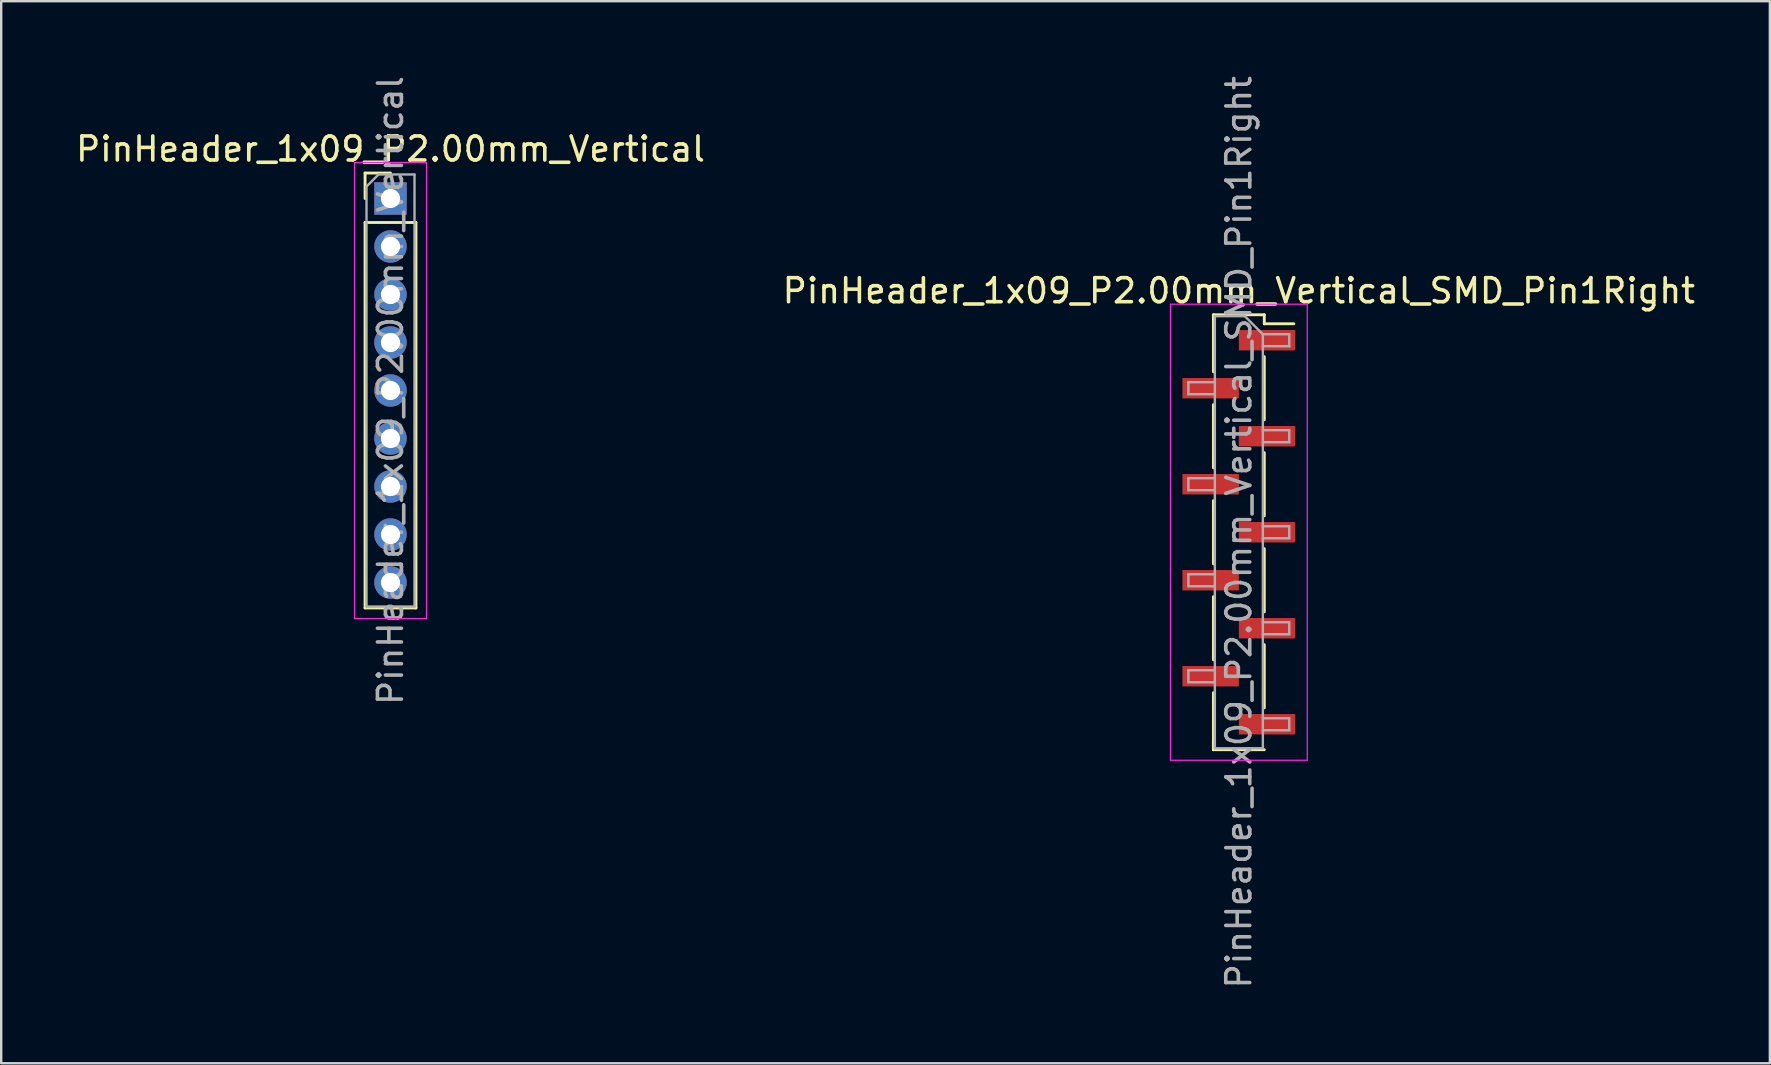
<source format=kicad_pcb>
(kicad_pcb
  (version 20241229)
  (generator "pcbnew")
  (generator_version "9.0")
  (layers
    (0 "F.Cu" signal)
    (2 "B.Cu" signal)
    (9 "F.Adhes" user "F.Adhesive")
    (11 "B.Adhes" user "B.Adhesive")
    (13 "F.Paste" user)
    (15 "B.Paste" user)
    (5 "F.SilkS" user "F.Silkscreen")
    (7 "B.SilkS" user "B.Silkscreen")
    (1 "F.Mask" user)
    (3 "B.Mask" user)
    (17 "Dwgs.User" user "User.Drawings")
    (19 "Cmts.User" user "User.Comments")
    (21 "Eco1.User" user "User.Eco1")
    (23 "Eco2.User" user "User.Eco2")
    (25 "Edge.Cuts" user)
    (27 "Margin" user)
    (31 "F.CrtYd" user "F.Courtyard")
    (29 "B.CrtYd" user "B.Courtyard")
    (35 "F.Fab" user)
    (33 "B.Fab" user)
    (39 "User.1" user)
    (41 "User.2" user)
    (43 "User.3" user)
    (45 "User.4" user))
  (footprint "PinHeader_1x09_P2.00mm_Vertical_SMD_Pin1Right"
    (layer "F.Cu")
    (at 48.565 19.125)
    (property "Reference" "PinHeader_1x09_P2.00mm_Vertical_SMD_Pin1Right" (at 0 -10.06 0) (layer "F.SilkS") (effects (font (size 1 1) (thickness 0.15))))
    (attr smd)
    (fp_line (start -1.06 -9.06) (end -1.06 -6.685) (stroke (width 0.12) (type solid)) (layer "F.SilkS"))
    (fp_line (start -1.06 -9.06) (end 1.06 -9.06) (stroke (width 0.12) (type solid)) (layer "F.SilkS"))
    (fp_line (start -1.06 -5.315) (end -1.06 -2.685) (stroke (width 0.12) (type solid)) (layer "F.SilkS"))
    (fp_line (start -1.06 -1.315) (end -1.06 1.315) (stroke (width 0.12) (type solid)) (layer "F.SilkS"))
    (fp_line (start -1.06 2.685) (end -1.06 5.315) (stroke (width 0.12) (type solid)) (layer "F.SilkS"))
    (fp_line (start -1.06 6.685) (end -1.06 9.06) (stroke (width 0.12) (type solid)) (layer "F.SilkS"))
    (fp_line (start -1.06 8.685) (end -1.06 9.06) (stroke (width 0.12) (type solid)) (layer "F.SilkS"))
    (fp_line (start -1.06 9.06) (end 1.06 9.06) (stroke (width 0.12) (type solid)) (layer "F.SilkS"))
    (fp_line (start 1.06 -9.06) (end 1.06 -8.685) (stroke (width 0.12) (type solid)) (layer "F.SilkS"))
    (fp_line (start 1.06 -8.685) (end 2.29 -8.685) (stroke (width 0.12) (type solid)) (layer "F.SilkS"))
    (fp_line (start 1.06 -7.315) (end 1.06 -4.685) (stroke (width 0.12) (type solid)) (layer "F.SilkS"))
    (fp_line (start 1.06 -3.315) (end 1.06 -0.685) (stroke (width 0.12) (type solid)) (layer "F.SilkS"))
    (fp_line (start 1.06 0.685) (end 1.06 3.315) (stroke (width 0.12) (type solid)) (layer "F.SilkS"))
    (fp_line (start 1.06 4.685) (end 1.06 7.315) (stroke (width 0.12) (type solid)) (layer "F.SilkS"))
    (fp_line (start -2.85 -9.5) (end -2.85 9.5) (stroke (width 0.05) (type solid)) (layer "F.CrtYd"))
    (fp_line (start -2.85 9.5) (end 2.85 9.5) (stroke (width 0.05) (type solid)) (layer "F.CrtYd"))
    (fp_line (start 2.85 -9.5) (end -2.85 -9.5) (stroke (width 0.05) (type solid)) (layer "F.CrtYd"))
    (fp_line (start 2.85 9.5) (end 2.85 -9.5) (stroke (width 0.05) (type solid)) (layer "F.CrtYd"))
    (fp_line (start -2.1 -6.25) (end -2.1 -5.75) (stroke (width 0.1) (type solid)) (layer "F.Fab"))
    (fp_line (start -2.1 -5.75) (end -1 -5.75) (stroke (width 0.1) (type solid)) (layer "F.Fab"))
    (fp_line (start -2.1 -2.25) (end -2.1 -1.75) (stroke (width 0.1) (type solid)) (layer "F.Fab"))
    (fp_line (start -2.1 -1.75) (end -1 -1.75) (stroke (width 0.1) (type solid)) (layer "F.Fab"))
    (fp_line (start -2.1 1.75) (end -2.1 2.25) (stroke (width 0.1) (type solid)) (layer "F.Fab"))
    (fp_line (start -2.1 2.25) (end -1 2.25) (stroke (width 0.1) (type solid)) (layer "F.Fab"))
    (fp_line (start -2.1 5.75) (end -2.1 6.25) (stroke (width 0.1) (type solid)) (layer "F.Fab"))
    (fp_line (start -2.1 6.25) (end -1 6.25) (stroke (width 0.1) (type solid)) (layer "F.Fab"))
    (fp_line (start -1 -9) (end -1 9) (stroke (width 0.1) (type solid)) (layer "F.Fab"))
    (fp_line (start -1 -9) (end 0.25 -9) (stroke (width 0.1) (type solid)) (layer "F.Fab"))
    (fp_line (start -1 -6.25) (end -2.1 -6.25) (stroke (width 0.1) (type solid)) (layer "F.Fab"))
    (fp_line (start -1 -2.25) (end -2.1 -2.25) (stroke (width 0.1) (type solid)) (layer "F.Fab"))
    (fp_line (start -1 1.75) (end -2.1 1.75) (stroke (width 0.1) (type solid)) (layer "F.Fab"))
    (fp_line (start -1 5.75) (end -2.1 5.75) (stroke (width 0.1) (type solid)) (layer "F.Fab"))
    (fp_line (start 1 -8.25) (end 0.25 -9) (stroke (width 0.1) (type solid)) (layer "F.Fab"))
    (fp_line (start 1 -8.25) (end 2.1 -8.25) (stroke (width 0.1) (type solid)) (layer "F.Fab"))
    (fp_line (start 1 -4.25) (end 2.1 -4.25) (stroke (width 0.1) (type solid)) (layer "F.Fab"))
    (fp_line (start 1 -0.25) (end 2.1 -0.25) (stroke (width 0.1) (type solid)) (layer "F.Fab"))
    (fp_line (start 1 3.75) (end 2.1 3.75) (stroke (width 0.1) (type solid)) (layer "F.Fab"))
    (fp_line (start 1 7.75) (end 2.1 7.75) (stroke (width 0.1) (type solid)) (layer "F.Fab"))
    (fp_line (start 1 9) (end -1 9) (stroke (width 0.1) (type solid)) (layer "F.Fab"))
    (fp_line (start 1 9) (end 1 -8.25) (stroke (width 0.1) (type solid)) (layer "F.Fab"))
    (fp_line (start 2.1 -8.25) (end 2.1 -7.75) (stroke (width 0.1) (type solid)) (layer "F.Fab"))
    (fp_line (start 2.1 -7.75) (end 1 -7.75) (stroke (width 0.1) (type solid)) (layer "F.Fab"))
    (fp_line (start 2.1 -4.25) (end 2.1 -3.75) (stroke (width 0.1) (type solid)) (layer "F.Fab"))
    (fp_line (start 2.1 -3.75) (end 1 -3.75) (stroke (width 0.1) (type solid)) (layer "F.Fab"))
    (fp_line (start 2.1 -0.25) (end 2.1 0.25) (stroke (width 0.1) (type solid)) (layer "F.Fab"))
    (fp_line (start 2.1 0.25) (end 1 0.25) (stroke (width 0.1) (type solid)) (layer "F.Fab"))
    (fp_line (start 2.1 3.75) (end 2.1 4.25) (stroke (width 0.1) (type solid)) (layer "F.Fab"))
    (fp_line (start 2.1 4.25) (end 1 4.25) (stroke (width 0.1) (type solid)) (layer "F.Fab"))
    (fp_line (start 2.1 7.75) (end 2.1 8.25) (stroke (width 0.1) (type solid)) (layer "F.Fab"))
    (fp_line (start 2.1 8.25) (end 1 8.25) (stroke (width 0.1) (type solid)) (layer "F.Fab"))
    (fp_text user "${REFERENCE}" (at 0 0 90) (layer "F.Fab") (effects (font (size 1 1) (thickness 0.15))))
    (pad "1" smd rect (at 1.175 -8) (size 2.35 0.85) (layers "F.Cu" "F.Mask" "F.Paste"))
    (pad "2" smd rect (at -1.175 -6) (size 2.35 0.85) (layers "F.Cu" "F.Mask" "F.Paste"))
    (pad "3" smd rect (at 1.175 -4) (size 2.35 0.85) (layers "F.Cu" "F.Mask" "F.Paste"))
    (pad "4" smd rect (at -1.175 -2) (size 2.35 0.85) (layers "F.Cu" "F.Mask" "F.Paste"))
    (pad "5" smd rect (at 1.175 0) (size 2.35 0.85) (layers "F.Cu" "F.Mask" "F.Paste"))
    (pad "6" smd rect (at -1.175 2) (size 2.35 0.85) (layers "F.Cu" "F.Mask" "F.Paste"))
    (pad "7" smd rect (at 1.175 4) (size 2.35 0.85) (layers "F.Cu" "F.Mask" "F.Paste"))
    (pad "8" smd rect (at -1.175 6) (size 2.35 0.85) (layers "F.Cu" "F.Mask" "F.Paste"))
    (pad "9" smd rect (at 1.175 8) (size 2.35 0.85) (layers "F.Cu" "F.Mask" "F.Paste")))
  (footprint "PinHeader_1x09_P2.00mm_Vertical"
    (layer "F.Cu")
    (at 13.22 5.22)
    (property "Reference" "PinHeader_1x09_P2.00mm_Vertical" (at 0 -2.06 0) (layer "F.SilkS") (effects (font (size 1 1) (thickness 0.15))))
    (attr through_hole)
    (fp_line (start -1.06 -1.06) (end 0 -1.06) (stroke (width 0.12) (type solid)) (layer "F.SilkS"))
    (fp_line (start -1.06 0) (end -1.06 -1.06) (stroke (width 0.12) (type solid)) (layer "F.SilkS"))
    (fp_line (start -1.06 1) (end -1.06 17.06) (stroke (width 0.12) (type solid)) (layer "F.SilkS"))
    (fp_line (start -1.06 1) (end 1.06 1) (stroke (width 0.12) (type solid)) (layer "F.SilkS"))
    (fp_line (start -1.06 17.06) (end 1.06 17.06) (stroke (width 0.12) (type solid)) (layer "F.SilkS"))
    (fp_line (start 1.06 1) (end 1.06 17.06) (stroke (width 0.12) (type solid)) (layer "F.SilkS"))
    (fp_line (start -1.5 -1.5) (end -1.5 17.5) (stroke (width 0.05) (type solid)) (layer "F.CrtYd"))
    (fp_line (start -1.5 17.5) (end 1.5 17.5) (stroke (width 0.05) (type solid)) (layer "F.CrtYd"))
    (fp_line (start 1.5 -1.5) (end -1.5 -1.5) (stroke (width 0.05) (type solid)) (layer "F.CrtYd"))
    (fp_line (start 1.5 17.5) (end 1.5 -1.5) (stroke (width 0.05) (type solid)) (layer "F.CrtYd"))
    (fp_line (start -1 -0.5) (end -0.5 -1) (stroke (width 0.1) (type solid)) (layer "F.Fab"))
    (fp_line (start -1 17) (end -1 -0.5) (stroke (width 0.1) (type solid)) (layer "F.Fab"))
    (fp_line (start -0.5 -1) (end 1 -1) (stroke (width 0.1) (type solid)) (layer "F.Fab"))
    (fp_line (start 1 -1) (end 1 17) (stroke (width 0.1) (type solid)) (layer "F.Fab"))
    (fp_line (start 1 17) (end -1 17) (stroke (width 0.1) (type solid)) (layer "F.Fab"))
    (fp_text user "${REFERENCE}" (at 0 8 90) (layer "F.Fab") (effects (font (size 1 1) (thickness 0.15))))
    (pad "1" thru_hole rect (at 0 0) (size 1.35 1.35) (drill 0.8) (layers "*.Cu" "*.Mask"))
    (pad "2" thru_hole oval (at 0 2) (size 1.35 1.35) (drill 0.8) (layers "*.Cu" "*.Mask"))
    (pad "3" thru_hole oval (at 0 4) (size 1.35 1.35) (drill 0.8) (layers "*.Cu" "*.Mask"))
    (pad "4" thru_hole oval (at 0 6) (size 1.35 1.35) (drill 0.8) (layers "*.Cu" "*.Mask"))
    (pad "5" thru_hole oval (at 0 8) (size 1.35 1.35) (drill 0.8) (layers "*.Cu" "*.Mask"))
    (pad "6" thru_hole oval (at 0 10) (size 1.35 1.35) (drill 0.8) (layers "*.Cu" "*.Mask"))
    (pad "7" thru_hole oval (at 0 12) (size 1.35 1.35) (drill 0.8) (layers "*.Cu" "*.Mask"))
    (pad "8" thru_hole oval (at 0 14) (size 1.35 1.35) (drill 0.8) (layers "*.Cu" "*.Mask"))
    (pad "9" thru_hole oval (at 0 16) (size 1.35 1.35) (drill 0.8) (layers "*.Cu" "*.Mask")))
  (gr_rect
    (start -3 -3)
    (end 70.69 41.25)
    (stroke (width 0.1) (type default))
    (fill no)
    (layer "Edge.Cuts")))
</source>
